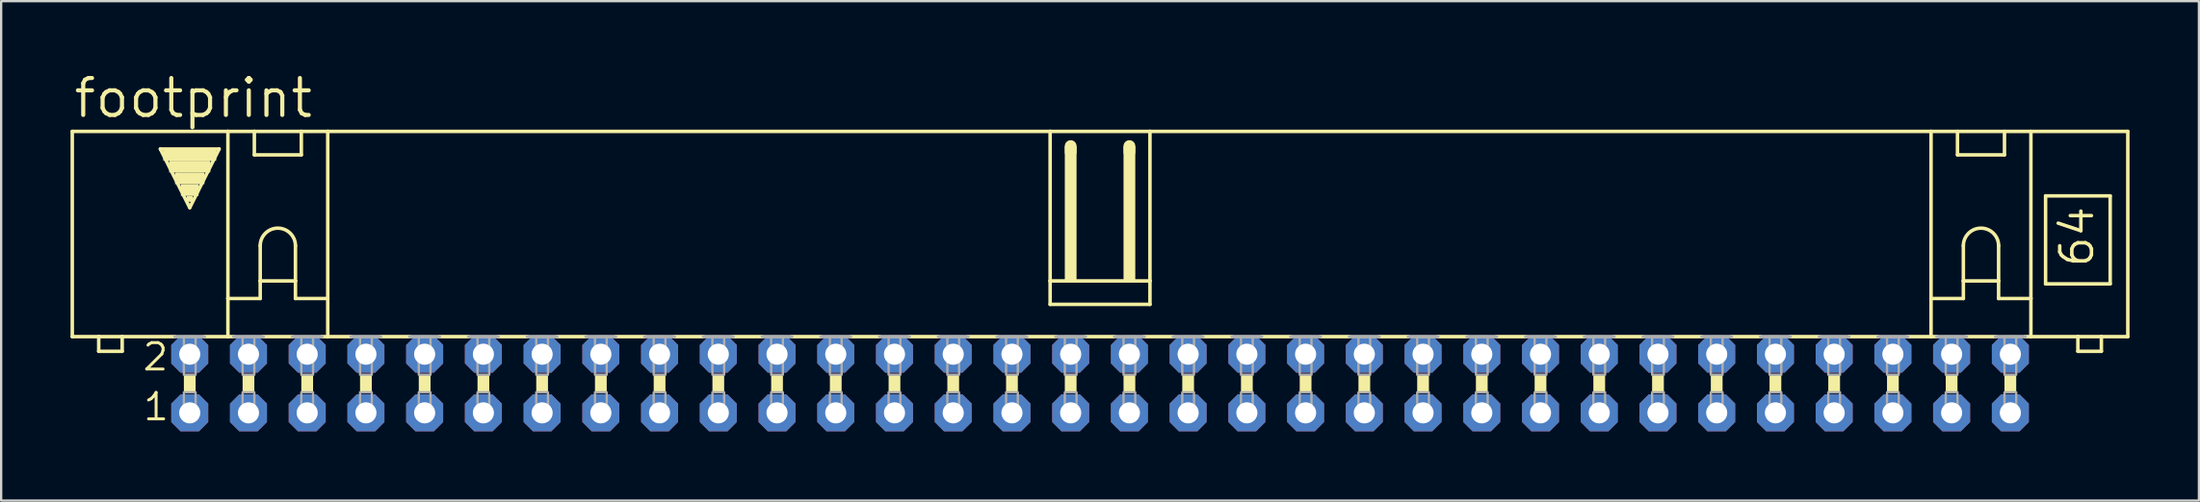
<source format=kicad_pcb>
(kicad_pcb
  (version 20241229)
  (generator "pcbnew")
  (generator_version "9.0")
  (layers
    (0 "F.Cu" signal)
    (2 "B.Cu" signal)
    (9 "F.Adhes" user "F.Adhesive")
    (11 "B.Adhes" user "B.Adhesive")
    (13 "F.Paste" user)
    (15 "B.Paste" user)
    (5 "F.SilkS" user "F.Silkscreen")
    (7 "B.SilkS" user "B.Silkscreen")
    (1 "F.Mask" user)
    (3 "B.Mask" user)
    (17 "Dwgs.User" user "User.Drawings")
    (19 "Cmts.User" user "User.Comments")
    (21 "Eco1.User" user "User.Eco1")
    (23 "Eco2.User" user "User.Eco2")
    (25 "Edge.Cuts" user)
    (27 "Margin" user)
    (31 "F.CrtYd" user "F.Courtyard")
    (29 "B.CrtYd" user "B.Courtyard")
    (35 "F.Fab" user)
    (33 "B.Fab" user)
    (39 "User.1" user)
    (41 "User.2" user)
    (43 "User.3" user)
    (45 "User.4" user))
  (footprint "footprint"
    (layer "F.Cu")
    (at 44.526 13.564)
    (property "Reference" "footprint" (at -44.475 -11.43 0) (layer "F.SilkS") (effects (font (size 1.6 1.6) (thickness 0.178)) (justify left bottom)))
    (fp_line (start -44.45 -2.032) (end -44.45 -10.922) (stroke (width 0.152) (type solid)) (layer "F.SilkS"))
    (fp_line (start -44.45 -2.032) (end -43.307 -2.032) (stroke (width 0.152) (type solid)) (layer "F.SilkS"))
    (fp_line (start -43.307 -2.032) (end -43.307 -1.397) (stroke (width 0.152) (type solid)) (layer "F.SilkS"))
    (fp_line (start -43.307 -2.032) (end -42.291 -2.032) (stroke (width 0.152) (type solid)) (layer "F.SilkS"))
    (fp_line (start -42.291 -2.032) (end -40.005 -2.032) (stroke (width 0.152) (type solid)) (layer "F.SilkS"))
    (fp_line (start -42.291 -1.397) (end -43.307 -1.397) (stroke (width 0.152) (type solid)) (layer "F.SilkS"))
    (fp_line (start -42.291 -1.397) (end -42.291 -2.032) (stroke (width 0.152) (type solid)) (layer "F.SilkS"))
    (fp_line (start -40.64 -10.16) (end -38.1 -10.16) (stroke (width 0.152) (type solid)) (layer "F.SilkS"))
    (fp_line (start -39.37 -7.62) (end -40.64 -10.16) (stroke (width 0.152) (type solid)) (layer "F.SilkS"))
    (fp_line (start -38.735 -2.032) (end -37.719 -2.032) (stroke (width 0.152) (type solid)) (layer "F.SilkS"))
    (fp_line (start -38.1 -10.16) (end -39.37 -7.62) (stroke (width 0.152) (type solid)) (layer "F.SilkS"))
    (fp_line (start -37.719 -10.922) (end -44.45 -10.922) (stroke (width 0.152) (type solid)) (layer "F.SilkS"))
    (fp_line (start -37.719 -10.922) (end -36.576 -10.922) (stroke (width 0.152) (type solid)) (layer "F.SilkS"))
    (fp_line (start -37.719 -3.683) (end -37.719 -10.922) (stroke (width 0.152) (type solid)) (layer "F.SilkS"))
    (fp_line (start -37.719 -3.683) (end -37.719 -2.032) (stroke (width 0.152) (type solid)) (layer "F.SilkS"))
    (fp_line (start -37.719 -3.683) (end -36.322 -3.683) (stroke (width 0.152) (type solid)) (layer "F.SilkS"))
    (fp_line (start -37.719 -2.032) (end -37.465 -2.032) (stroke (width 0.152) (type solid)) (layer "F.SilkS"))
    (fp_line (start -36.576 -10.922) (end -34.544 -10.922) (stroke (width 0.152) (type solid)) (layer "F.SilkS"))
    (fp_line (start -36.576 -9.906) (end -36.576 -10.922) (stroke (width 0.152) (type solid)) (layer "F.SilkS"))
    (fp_line (start -36.576 -9.906) (end -34.544 -9.906) (stroke (width 0.152) (type solid)) (layer "F.SilkS"))
    (fp_line (start -36.322 -5.969) (end -36.322 -4.445) (stroke (width 0.152) (type solid)) (layer "F.SilkS"))
    (fp_line (start -36.322 -4.445) (end -36.322 -3.683) (stroke (width 0.152) (type solid)) (layer "F.SilkS"))
    (fp_line (start -36.322 -4.445) (end -34.798 -4.445) (stroke (width 0.152) (type solid)) (layer "F.SilkS"))
    (fp_line (start -36.195 -2.032) (end -34.925 -2.032) (stroke (width 0.152) (type solid)) (layer "F.SilkS"))
    (fp_line (start -34.798 -5.969) (end -34.798 -4.445) (stroke (width 0.152) (type solid)) (layer "F.SilkS"))
    (fp_line (start -34.798 -4.445) (end -34.798 -3.683) (stroke (width 0.152) (type solid)) (layer "F.SilkS"))
    (fp_line (start -34.798 -3.683) (end -33.401 -3.683) (stroke (width 0.152) (type solid)) (layer "F.SilkS"))
    (fp_line (start -34.544 -10.922) (end -34.544 -9.906) (stroke (width 0.152) (type solid)) (layer "F.SilkS"))
    (fp_line (start -34.544 -10.922) (end -33.401 -10.922) (stroke (width 0.152) (type solid)) (layer "F.SilkS"))
    (fp_line (start -33.401 -10.922) (end -2.159 -10.922) (stroke (width 0.152) (type solid)) (layer "F.SilkS"))
    (fp_line (start -33.401 -3.683) (end -33.401 -10.922) (stroke (width 0.152) (type solid)) (layer "F.SilkS"))
    (fp_line (start -33.401 -3.683) (end -33.401 -2.032) (stroke (width 0.152) (type solid)) (layer "F.SilkS"))
    (fp_line (start -33.401 -2.032) (end -33.655 -2.032) (stroke (width 0.152) (type solid)) (layer "F.SilkS"))
    (fp_line (start -33.401 -2.032) (end -32.385 -2.032) (stroke (width 0.152) (type solid)) (layer "F.SilkS"))
    (fp_line (start -31.115 -2.032) (end -29.845 -2.032) (stroke (width 0.152) (type solid)) (layer "F.SilkS"))
    (fp_line (start -28.575 -2.032) (end -27.305 -2.032) (stroke (width 0.152) (type solid)) (layer "F.SilkS"))
    (fp_line (start -26.035 -2.032) (end -24.765 -2.032) (stroke (width 0.152) (type solid)) (layer "F.SilkS"))
    (fp_line (start -23.495 -2.032) (end -22.225 -2.032) (stroke (width 0.152) (type solid)) (layer "F.SilkS"))
    (fp_line (start -20.955 -2.032) (end -19.685 -2.032) (stroke (width 0.152) (type solid)) (layer "F.SilkS"))
    (fp_line (start -18.415 -2.032) (end -17.145 -2.032) (stroke (width 0.152) (type solid)) (layer "F.SilkS"))
    (fp_line (start -15.875 -2.032) (end -14.605 -2.032) (stroke (width 0.152) (type solid)) (layer "F.SilkS"))
    (fp_line (start -13.335 -2.032) (end -12.065 -2.032) (stroke (width 0.152) (type solid)) (layer "F.SilkS"))
    (fp_line (start -10.795 -2.032) (end -9.525 -2.032) (stroke (width 0.152) (type solid)) (layer "F.SilkS"))
    (fp_line (start -8.255 -2.032) (end -6.985 -2.032) (stroke (width 0.152) (type solid)) (layer "F.SilkS"))
    (fp_line (start -5.715 -2.032) (end -4.445 -2.032) (stroke (width 0.152) (type solid)) (layer "F.SilkS"))
    (fp_line (start -3.175 -2.032) (end -1.905 -2.032) (stroke (width 0.152) (type solid)) (layer "F.SilkS"))
    (fp_line (start -2.159 -10.922) (end -2.159 -4.445) (stroke (width 0.152) (type solid)) (layer "F.SilkS"))
    (fp_line (start -2.159 -10.922) (end 2.159 -10.922) (stroke (width 0.152) (type solid)) (layer "F.SilkS"))
    (fp_line (start -2.159 -4.445) (end -2.159 -3.429) (stroke (width 0.152) (type solid)) (layer "F.SilkS"))
    (fp_line (start -1.27 -10.033) (end -1.27 -10.287) (stroke (width 0.508) (type solid)) (layer "F.SilkS"))
    (fp_line (start -0.635 -2.032) (end 0.635 -2.032) (stroke (width 0.152) (type solid)) (layer "F.SilkS"))
    (fp_line (start 1.27 -10.033) (end 1.27 -10.287) (stroke (width 0.508) (type solid)) (layer "F.SilkS"))
    (fp_line (start 1.905 -2.032) (end 3.175 -2.032) (stroke (width 0.152) (type solid)) (layer "F.SilkS"))
    (fp_line (start 2.159 -10.922) (end 2.159 -4.445) (stroke (width 0.152) (type solid)) (layer "F.SilkS"))
    (fp_line (start 2.159 -10.922) (end 35.941 -10.922) (stroke (width 0.152) (type solid)) (layer "F.SilkS"))
    (fp_line (start 2.159 -4.445) (end -2.159 -4.445) (stroke (width 0.152) (type solid)) (layer "F.SilkS"))
    (fp_line (start 2.159 -4.445) (end 2.159 -3.429) (stroke (width 0.152) (type solid)) (layer "F.SilkS"))
    (fp_line (start 2.159 -3.429) (end -2.159 -3.429) (stroke (width 0.152) (type solid)) (layer "F.SilkS"))
    (fp_line (start 4.445 -2.032) (end 5.715 -2.032) (stroke (width 0.152) (type solid)) (layer "F.SilkS"))
    (fp_line (start 6.985 -2.032) (end 8.255 -2.032) (stroke (width 0.152) (type solid)) (layer "F.SilkS"))
    (fp_line (start 9.525 -2.032) (end 10.795 -2.032) (stroke (width 0.152) (type solid)) (layer "F.SilkS"))
    (fp_line (start 12.065 -2.032) (end 13.335 -2.032) (stroke (width 0.152) (type solid)) (layer "F.SilkS"))
    (fp_line (start 14.605 -2.032) (end 15.875 -2.032) (stroke (width 0.152) (type solid)) (layer "F.SilkS"))
    (fp_line (start 17.145 -2.032) (end 18.415 -2.032) (stroke (width 0.152) (type solid)) (layer "F.SilkS"))
    (fp_line (start 19.685 -2.032) (end 20.955 -2.032) (stroke (width 0.152) (type solid)) (layer "F.SilkS"))
    (fp_line (start 22.225 -2.032) (end 23.495 -2.032) (stroke (width 0.152) (type solid)) (layer "F.SilkS"))
    (fp_line (start 24.765 -2.032) (end 26.035 -2.032) (stroke (width 0.152) (type solid)) (layer "F.SilkS"))
    (fp_line (start 27.305 -2.032) (end 28.575 -2.032) (stroke (width 0.152) (type solid)) (layer "F.SilkS"))
    (fp_line (start 29.845 -2.032) (end 31.115 -2.032) (stroke (width 0.152) (type solid)) (layer "F.SilkS"))
    (fp_line (start 32.385 -2.032) (end 33.655 -2.032) (stroke (width 0.152) (type solid)) (layer "F.SilkS"))
    (fp_line (start 34.925 -2.032) (end 35.941 -2.032) (stroke (width 0.152) (type solid)) (layer "F.SilkS"))
    (fp_line (start 35.941 -10.922) (end 44.45 -10.922) (stroke (width 0.152) (type solid)) (layer "F.SilkS"))
    (fp_line (start 35.941 -3.683) (end 35.941 -10.922) (stroke (width 0.152) (type solid)) (layer "F.SilkS"))
    (fp_line (start 35.941 -3.683) (end 35.941 -2.032) (stroke (width 0.152) (type solid)) (layer "F.SilkS"))
    (fp_line (start 35.941 -3.683) (end 37.338 -3.683) (stroke (width 0.152) (type solid)) (layer "F.SilkS"))
    (fp_line (start 35.941 -2.032) (end 36.195 -2.032) (stroke (width 0.152) (type solid)) (layer "F.SilkS"))
    (fp_line (start 37.084 -9.906) (end 37.084 -10.922) (stroke (width 0.152) (type solid)) (layer "F.SilkS"))
    (fp_line (start 37.084 -9.906) (end 39.116 -9.906) (stroke (width 0.152) (type solid)) (layer "F.SilkS"))
    (fp_line (start 37.338 -5.969) (end 37.338 -4.445) (stroke (width 0.152) (type solid)) (layer "F.SilkS"))
    (fp_line (start 37.338 -4.445) (end 37.338 -3.683) (stroke (width 0.152) (type solid)) (layer "F.SilkS"))
    (fp_line (start 37.338 -4.445) (end 38.862 -4.445) (stroke (width 0.152) (type solid)) (layer "F.SilkS"))
    (fp_line (start 37.465 -2.032) (end 38.735 -2.032) (stroke (width 0.152) (type solid)) (layer "F.SilkS"))
    (fp_line (start 38.862 -5.969) (end 38.862 -4.445) (stroke (width 0.152) (type solid)) (layer "F.SilkS"))
    (fp_line (start 38.862 -4.445) (end 38.862 -3.683) (stroke (width 0.152) (type solid)) (layer "F.SilkS"))
    (fp_line (start 38.862 -3.683) (end 40.259 -3.683) (stroke (width 0.152) (type solid)) (layer "F.SilkS"))
    (fp_line (start 39.116 -10.922) (end 39.116 -9.906) (stroke (width 0.152) (type solid)) (layer "F.SilkS"))
    (fp_line (start 40.259 -3.683) (end 40.259 -10.922) (stroke (width 0.152) (type solid)) (layer "F.SilkS"))
    (fp_line (start 40.259 -3.683) (end 40.259 -2.032) (stroke (width 0.152) (type solid)) (layer "F.SilkS"))
    (fp_line (start 40.259 -2.032) (end 40.005 -2.032) (stroke (width 0.152) (type solid)) (layer "F.SilkS"))
    (fp_line (start 40.894 -8.128) (end 40.894 -4.318) (stroke (width 0.152) (type solid)) (layer "F.SilkS"))
    (fp_line (start 40.894 -8.128) (end 43.688 -8.128) (stroke (width 0.152) (type solid)) (layer "F.SilkS"))
    (fp_line (start 40.894 -4.318) (end 43.688 -4.318) (stroke (width 0.152) (type solid)) (layer "F.SilkS"))
    (fp_line (start 42.291 -2.032) (end 40.259 -2.032) (stroke (width 0.152) (type solid)) (layer "F.SilkS"))
    (fp_line (start 42.291 -2.032) (end 42.291 -1.397) (stroke (width 0.152) (type solid)) (layer "F.SilkS"))
    (fp_line (start 43.307 -2.032) (end 42.291 -2.032) (stroke (width 0.152) (type solid)) (layer "F.SilkS"))
    (fp_line (start 43.307 -1.397) (end 42.291 -1.397) (stroke (width 0.152) (type solid)) (layer "F.SilkS"))
    (fp_line (start 43.307 -1.397) (end 43.307 -2.032) (stroke (width 0.152) (type solid)) (layer "F.SilkS"))
    (fp_line (start 43.688 -4.318) (end 43.688 -8.128) (stroke (width 0.152) (type solid)) (layer "F.SilkS"))
    (fp_line (start 44.45 -2.032) (end 43.307 -2.032) (stroke (width 0.152) (type solid)) (layer "F.SilkS"))
    (fp_line (start 44.45 -2.032) (end 44.45 -10.922) (stroke (width 0.152) (type solid)) (layer "F.SilkS"))
    (fp_arc (start -36.322 -5.969) (mid -35.56 -6.731) (end -34.798 -5.969) (stroke (width 0.1524) (type solid)) (layer "F.SilkS"))
    (fp_arc (start 37.338 -5.969) (mid 38.1 -6.731) (end 38.862 -5.969) (stroke (width 0.1524) (type solid)) (layer "F.SilkS"))
    (fp_poly (pts (xy -40.513 -9.652) (xy -38.227 -9.652) (xy -38.227 -10.16) (xy -40.513 -10.16)) (stroke (width 0) (type solid)) (fill yes) (layer "F.SilkS"))
    (fp_poly (pts (xy -40.259 -9.144) (xy -38.481 -9.144) (xy -38.481 -9.652) (xy -40.259 -9.652)) (stroke (width 0) (type solid)) (fill yes) (layer "F.SilkS"))
    (fp_poly (pts (xy -40.005 -8.636) (xy -38.735 -8.636) (xy -38.735 -9.144) (xy -40.005 -9.144)) (stroke (width 0) (type solid)) (fill yes) (layer "F.SilkS"))
    (fp_poly (pts (xy -39.751 -8.128) (xy -38.989 -8.128) (xy -38.989 -8.636) (xy -39.751 -8.636)) (stroke (width 0) (type solid)) (fill yes) (layer "F.SilkS"))
    (fp_poly (pts (xy -39.624 0.381) (xy -39.116 0.381) (xy -39.116 -0.381) (xy -39.624 -0.381)) (stroke (width 0) (type solid)) (fill yes) (layer "F.SilkS"))
    (fp_poly (pts (xy -39.497 -7.874) (xy -39.243 -7.874) (xy -39.243 -8.128) (xy -39.497 -8.128)) (stroke (width 0) (type solid)) (fill yes) (layer "F.SilkS"))
    (fp_poly (pts (xy -37.084 0.381) (xy -36.576 0.381) (xy -36.576 -0.381) (xy -37.084 -0.381)) (stroke (width 0) (type solid)) (fill yes) (layer "F.SilkS"))
    (fp_poly (pts (xy -34.544 0.381) (xy -34.036 0.381) (xy -34.036 -0.381) (xy -34.544 -0.381)) (stroke (width 0) (type solid)) (fill yes) (layer "F.SilkS"))
    (fp_poly (pts (xy -32.004 0.381) (xy -31.496 0.381) (xy -31.496 -0.381) (xy -32.004 -0.381)) (stroke (width 0) (type solid)) (fill yes) (layer "F.SilkS"))
    (fp_poly (pts (xy -29.464 0.381) (xy -28.956 0.381) (xy -28.956 -0.381) (xy -29.464 -0.381)) (stroke (width 0) (type solid)) (fill yes) (layer "F.SilkS"))
    (fp_poly (pts (xy -26.924 0.381) (xy -26.416 0.381) (xy -26.416 -0.381) (xy -26.924 -0.381)) (stroke (width 0) (type solid)) (fill yes) (layer "F.SilkS"))
    (fp_poly (pts (xy -24.384 0.381) (xy -23.876 0.381) (xy -23.876 -0.381) (xy -24.384 -0.381)) (stroke (width 0) (type solid)) (fill yes) (layer "F.SilkS"))
    (fp_poly (pts (xy -21.844 0.381) (xy -21.336 0.381) (xy -21.336 -0.381) (xy -21.844 -0.381)) (stroke (width 0) (type solid)) (fill yes) (layer "F.SilkS"))
    (fp_poly (pts (xy -19.304 0.381) (xy -18.796 0.381) (xy -18.796 -0.381) (xy -19.304 -0.381)) (stroke (width 0) (type solid)) (fill yes) (layer "F.SilkS"))
    (fp_poly (pts (xy -16.764 0.381) (xy -16.256 0.381) (xy -16.256 -0.381) (xy -16.764 -0.381)) (stroke (width 0) (type solid)) (fill yes) (layer "F.SilkS"))
    (fp_poly (pts (xy -14.224 0.381) (xy -13.716 0.381) (xy -13.716 -0.381) (xy -14.224 -0.381)) (stroke (width 0) (type solid)) (fill yes) (layer "F.SilkS"))
    (fp_poly (pts (xy -11.684 0.381) (xy -11.176 0.381) (xy -11.176 -0.381) (xy -11.684 -0.381)) (stroke (width 0) (type solid)) (fill yes) (layer "F.SilkS"))
    (fp_poly (pts (xy -9.144 0.381) (xy -8.636 0.381) (xy -8.636 -0.381) (xy -9.144 -0.381)) (stroke (width 0) (type solid)) (fill yes) (layer "F.SilkS"))
    (fp_poly (pts (xy -6.604 0.381) (xy -6.096 0.381) (xy -6.096 -0.381) (xy -6.604 -0.381)) (stroke (width 0) (type solid)) (fill yes) (layer "F.SilkS"))
    (fp_poly (pts (xy -4.064 0.381) (xy -3.556 0.381) (xy -3.556 -0.381) (xy -4.064 -0.381)) (stroke (width 0) (type solid)) (fill yes) (layer "F.SilkS"))
    (fp_poly (pts (xy -1.524 -4.445) (xy -1.016 -4.445) (xy -1.016 -10.287) (xy -1.524 -10.287)) (stroke (width 0) (type solid)) (fill yes) (layer "F.SilkS"))
    (fp_poly (pts (xy -1.524 0.381) (xy -1.016 0.381) (xy -1.016 -0.381) (xy -1.524 -0.381)) (stroke (width 0) (type solid)) (fill yes) (layer "F.SilkS"))
    (fp_poly (pts (xy 1.016 -4.445) (xy 1.524 -4.445) (xy 1.524 -10.287) (xy 1.016 -10.287)) (stroke (width 0) (type solid)) (fill yes) (layer "F.SilkS"))
    (fp_poly (pts (xy 1.016 0.381) (xy 1.524 0.381) (xy 1.524 -0.381) (xy 1.016 -0.381)) (stroke (width 0) (type solid)) (fill yes) (layer "F.SilkS"))
    (fp_poly (pts (xy 3.556 0.381) (xy 4.064 0.381) (xy 4.064 -0.381) (xy 3.556 -0.381)) (stroke (width 0) (type solid)) (fill yes) (layer "F.SilkS"))
    (fp_poly (pts (xy 6.096 0.381) (xy 6.604 0.381) (xy 6.604 -0.381) (xy 6.096 -0.381)) (stroke (width 0) (type solid)) (fill yes) (layer "F.SilkS"))
    (fp_poly (pts (xy 8.636 0.381) (xy 9.144 0.381) (xy 9.144 -0.381) (xy 8.636 -0.381)) (stroke (width 0) (type solid)) (fill yes) (layer "F.SilkS"))
    (fp_poly (pts (xy 11.176 0.381) (xy 11.684 0.381) (xy 11.684 -0.381) (xy 11.176 -0.381)) (stroke (width 0) (type solid)) (fill yes) (layer "F.SilkS"))
    (fp_poly (pts (xy 13.716 0.381) (xy 14.224 0.381) (xy 14.224 -0.381) (xy 13.716 -0.381)) (stroke (width 0) (type solid)) (fill yes) (layer "F.SilkS"))
    (fp_poly (pts (xy 16.256 0.381) (xy 16.764 0.381) (xy 16.764 -0.381) (xy 16.256 -0.381)) (stroke (width 0) (type solid)) (fill yes) (layer "F.SilkS"))
    (fp_poly (pts (xy 18.796 0.381) (xy 19.304 0.381) (xy 19.304 -0.381) (xy 18.796 -0.381)) (stroke (width 0) (type solid)) (fill yes) (layer "F.SilkS"))
    (fp_poly (pts (xy 21.336 0.381) (xy 21.844 0.381) (xy 21.844 -0.381) (xy 21.336 -0.381)) (stroke (width 0) (type solid)) (fill yes) (layer "F.SilkS"))
    (fp_poly (pts (xy 23.876 0.381) (xy 24.384 0.381) (xy 24.384 -0.381) (xy 23.876 -0.381)) (stroke (width 0) (type solid)) (fill yes) (layer "F.SilkS"))
    (fp_poly (pts (xy 26.416 0.381) (xy 26.924 0.381) (xy 26.924 -0.381) (xy 26.416 -0.381)) (stroke (width 0) (type solid)) (fill yes) (layer "F.SilkS"))
    (fp_poly (pts (xy 28.956 0.381) (xy 29.464 0.381) (xy 29.464 -0.381) (xy 28.956 -0.381)) (stroke (width 0) (type solid)) (fill yes) (layer "F.SilkS"))
    (fp_poly (pts (xy 31.496 0.381) (xy 32.004 0.381) (xy 32.004 -0.381) (xy 31.496 -0.381)) (stroke (width 0) (type solid)) (fill yes) (layer "F.SilkS"))
    (fp_poly (pts (xy 34.036 0.381) (xy 34.544 0.381) (xy 34.544 -0.381) (xy 34.036 -0.381)) (stroke (width 0) (type solid)) (fill yes) (layer "F.SilkS"))
    (fp_poly (pts (xy 36.576 0.381) (xy 37.084 0.381) (xy 37.084 -0.381) (xy 36.576 -0.381)) (stroke (width 0) (type solid)) (fill yes) (layer "F.SilkS"))
    (fp_poly (pts (xy 39.116 0.381) (xy 39.624 0.381) (xy 39.624 -0.381) (xy 39.116 -0.381)) (stroke (width 0) (type solid)) (fill yes) (layer "F.SilkS"))
    (fp_line (start -40.005 -2.032) (end -38.735 -2.032) (stroke (width 0.152) (type solid)) (layer "F.Fab"))
    (fp_line (start -37.465 -2.032) (end -36.195 -2.032) (stroke (width 0.152) (type solid)) (layer "F.Fab"))
    (fp_line (start -34.925 -2.032) (end -33.655 -2.032) (stroke (width 0.152) (type solid)) (layer "F.Fab"))
    (fp_line (start -32.385 -2.032) (end -31.115 -2.032) (stroke (width 0.152) (type solid)) (layer "F.Fab"))
    (fp_line (start -29.845 -2.032) (end -28.575 -2.032) (stroke (width 0.152) (type solid)) (layer "F.Fab"))
    (fp_line (start -27.305 -2.032) (end -26.035 -2.032) (stroke (width 0.152) (type solid)) (layer "F.Fab"))
    (fp_line (start -24.765 -2.032) (end -23.495 -2.032) (stroke (width 0.152) (type solid)) (layer "F.Fab"))
    (fp_line (start -22.225 -2.032) (end -20.955 -2.032) (stroke (width 0.152) (type solid)) (layer "F.Fab"))
    (fp_line (start -19.685 -2.032) (end -18.415 -2.032) (stroke (width 0.152) (type solid)) (layer "F.Fab"))
    (fp_line (start -17.145 -2.032) (end -15.875 -2.032) (stroke (width 0.152) (type solid)) (layer "F.Fab"))
    (fp_line (start -14.605 -2.032) (end -13.335 -2.032) (stroke (width 0.152) (type solid)) (layer "F.Fab"))
    (fp_line (start -12.065 -2.032) (end -10.795 -2.032) (stroke (width 0.152) (type solid)) (layer "F.Fab"))
    (fp_line (start -9.525 -2.032) (end -8.255 -2.032) (stroke (width 0.152) (type solid)) (layer "F.Fab"))
    (fp_line (start -6.985 -2.032) (end -5.715 -2.032) (stroke (width 0.152) (type solid)) (layer "F.Fab"))
    (fp_line (start -4.445 -2.032) (end -3.175 -2.032) (stroke (width 0.152) (type solid)) (layer "F.Fab"))
    (fp_line (start -1.905 -2.032) (end -0.635 -2.032) (stroke (width 0.152) (type solid)) (layer "F.Fab"))
    (fp_line (start 0.635 -2.032) (end 1.905 -2.032) (stroke (width 0.152) (type solid)) (layer "F.Fab"))
    (fp_line (start 4.445 -2.032) (end 3.175 -2.032) (stroke (width 0.152) (type solid)) (layer "F.Fab"))
    (fp_line (start 6.985 -2.032) (end 5.715 -2.032) (stroke (width 0.152) (type solid)) (layer "F.Fab"))
    (fp_line (start 9.525 -2.032) (end 8.255 -2.032) (stroke (width 0.152) (type solid)) (layer "F.Fab"))
    (fp_line (start 12.065 -2.032) (end 10.795 -2.032) (stroke (width 0.152) (type solid)) (layer "F.Fab"))
    (fp_line (start 14.605 -2.032) (end 13.335 -2.032) (stroke (width 0.152) (type solid)) (layer "F.Fab"))
    (fp_line (start 17.145 -2.032) (end 15.875 -2.032) (stroke (width 0.152) (type solid)) (layer "F.Fab"))
    (fp_line (start 19.685 -2.032) (end 18.415 -2.032) (stroke (width 0.152) (type solid)) (layer "F.Fab"))
    (fp_line (start 22.225 -2.032) (end 20.955 -2.032) (stroke (width 0.152) (type solid)) (layer "F.Fab"))
    (fp_line (start 24.765 -2.032) (end 23.495 -2.032) (stroke (width 0.152) (type solid)) (layer "F.Fab"))
    (fp_line (start 27.305 -2.032) (end 26.035 -2.032) (stroke (width 0.152) (type solid)) (layer "F.Fab"))
    (fp_line (start 29.845 -2.032) (end 28.575 -2.032) (stroke (width 0.152) (type solid)) (layer "F.Fab"))
    (fp_line (start 32.385 -2.032) (end 31.115 -2.032) (stroke (width 0.152) (type solid)) (layer "F.Fab"))
    (fp_line (start 34.925 -2.032) (end 33.655 -2.032) (stroke (width 0.152) (type solid)) (layer "F.Fab"))
    (fp_line (start 37.465 -2.032) (end 36.195 -2.032) (stroke (width 0.152) (type solid)) (layer "F.Fab"))
    (fp_line (start 40.005 -2.032) (end 38.735 -2.032) (stroke (width 0.152) (type solid)) (layer "F.Fab"))
    (fp_poly (pts (xy -39.624 -0.381) (xy -39.116 -0.381) (xy -39.116 -2.032) (xy -39.624 -2.032)) (stroke (width 0.1) (type solid)) (fill no) (layer "F.Fab"))
    (fp_poly (pts (xy -39.624 1.524) (xy -39.116 1.524) (xy -39.116 0.381) (xy -39.624 0.381)) (stroke (width 0.1) (type solid)) (fill no) (layer "F.Fab"))
    (fp_poly (pts (xy -37.084 -0.381) (xy -36.576 -0.381) (xy -36.576 -2.032) (xy -37.084 -2.032)) (stroke (width 0.1) (type solid)) (fill no) (layer "F.Fab"))
    (fp_poly (pts (xy -37.084 1.524) (xy -36.576 1.524) (xy -36.576 0.381) (xy -37.084 0.381)) (stroke (width 0.1) (type solid)) (fill no) (layer "F.Fab"))
    (fp_poly (pts (xy -34.544 -0.381) (xy -34.036 -0.381) (xy -34.036 -2.032) (xy -34.544 -2.032)) (stroke (width 0.1) (type solid)) (fill no) (layer "F.Fab"))
    (fp_poly (pts (xy -34.544 1.524) (xy -34.036 1.524) (xy -34.036 0.381) (xy -34.544 0.381)) (stroke (width 0.1) (type solid)) (fill no) (layer "F.Fab"))
    (fp_poly (pts (xy -32.004 -0.381) (xy -31.496 -0.381) (xy -31.496 -2.032) (xy -32.004 -2.032)) (stroke (width 0.1) (type solid)) (fill no) (layer "F.Fab"))
    (fp_poly (pts (xy -32.004 1.524) (xy -31.496 1.524) (xy -31.496 0.381) (xy -32.004 0.381)) (stroke (width 0.1) (type solid)) (fill no) (layer "F.Fab"))
    (fp_poly (pts (xy -29.464 -0.381) (xy -28.956 -0.381) (xy -28.956 -2.032) (xy -29.464 -2.032)) (stroke (width 0.1) (type solid)) (fill no) (layer "F.Fab"))
    (fp_poly (pts (xy -29.464 1.524) (xy -28.956 1.524) (xy -28.956 0.381) (xy -29.464 0.381)) (stroke (width 0.1) (type solid)) (fill no) (layer "F.Fab"))
    (fp_poly (pts (xy -26.924 -0.381) (xy -26.416 -0.381) (xy -26.416 -2.032) (xy -26.924 -2.032)) (stroke (width 0.1) (type solid)) (fill no) (layer "F.Fab"))
    (fp_poly (pts (xy -26.924 1.524) (xy -26.416 1.524) (xy -26.416 0.381) (xy -26.924 0.381)) (stroke (width 0.1) (type solid)) (fill no) (layer "F.Fab"))
    (fp_poly (pts (xy -24.384 -0.381) (xy -23.876 -0.381) (xy -23.876 -2.032) (xy -24.384 -2.032)) (stroke (width 0.1) (type solid)) (fill no) (layer "F.Fab"))
    (fp_poly (pts (xy -24.384 1.524) (xy -23.876 1.524) (xy -23.876 0.381) (xy -24.384 0.381)) (stroke (width 0.1) (type solid)) (fill no) (layer "F.Fab"))
    (fp_poly (pts (xy -21.844 -0.381) (xy -21.336 -0.381) (xy -21.336 -2.032) (xy -21.844 -2.032)) (stroke (width 0.1) (type solid)) (fill no) (layer "F.Fab"))
    (fp_poly (pts (xy -21.844 1.524) (xy -21.336 1.524) (xy -21.336 0.381) (xy -21.844 0.381)) (stroke (width 0.1) (type solid)) (fill no) (layer "F.Fab"))
    (fp_poly (pts (xy -19.304 -0.381) (xy -18.796 -0.381) (xy -18.796 -2.032) (xy -19.304 -2.032)) (stroke (width 0.1) (type solid)) (fill no) (layer "F.Fab"))
    (fp_poly (pts (xy -19.304 1.524) (xy -18.796 1.524) (xy -18.796 0.381) (xy -19.304 0.381)) (stroke (width 0.1) (type solid)) (fill no) (layer "F.Fab"))
    (fp_poly (pts (xy -16.764 -0.381) (xy -16.256 -0.381) (xy -16.256 -2.032) (xy -16.764 -2.032)) (stroke (width 0.1) (type solid)) (fill no) (layer "F.Fab"))
    (fp_poly (pts (xy -16.764 1.524) (xy -16.256 1.524) (xy -16.256 0.381) (xy -16.764 0.381)) (stroke (width 0.1) (type solid)) (fill no) (layer "F.Fab"))
    (fp_poly (pts (xy -14.224 -0.381) (xy -13.716 -0.381) (xy -13.716 -2.032) (xy -14.224 -2.032)) (stroke (width 0.1) (type solid)) (fill no) (layer "F.Fab"))
    (fp_poly (pts (xy -14.224 1.524) (xy -13.716 1.524) (xy -13.716 0.381) (xy -14.224 0.381)) (stroke (width 0.1) (type solid)) (fill no) (layer "F.Fab"))
    (fp_poly (pts (xy -11.684 -0.381) (xy -11.176 -0.381) (xy -11.176 -2.032) (xy -11.684 -2.032)) (stroke (width 0.1) (type solid)) (fill no) (layer "F.Fab"))
    (fp_poly (pts (xy -11.684 1.524) (xy -11.176 1.524) (xy -11.176 0.381) (xy -11.684 0.381)) (stroke (width 0.1) (type solid)) (fill no) (layer "F.Fab"))
    (fp_poly (pts (xy -9.144 -0.381) (xy -8.636 -0.381) (xy -8.636 -2.032) (xy -9.144 -2.032)) (stroke (width 0.1) (type solid)) (fill no) (layer "F.Fab"))
    (fp_poly (pts (xy -9.144 1.524) (xy -8.636 1.524) (xy -8.636 0.381) (xy -9.144 0.381)) (stroke (width 0.1) (type solid)) (fill no) (layer "F.Fab"))
    (fp_poly (pts (xy -6.604 -0.381) (xy -6.096 -0.381) (xy -6.096 -2.032) (xy -6.604 -2.032)) (stroke (width 0.1) (type solid)) (fill no) (layer "F.Fab"))
    (fp_poly (pts (xy -6.604 1.524) (xy -6.096 1.524) (xy -6.096 0.381) (xy -6.604 0.381)) (stroke (width 0.1) (type solid)) (fill no) (layer "F.Fab"))
    (fp_poly (pts (xy -4.064 -0.381) (xy -3.556 -0.381) (xy -3.556 -2.032) (xy -4.064 -2.032)) (stroke (width 0.1) (type solid)) (fill no) (layer "F.Fab"))
    (fp_poly (pts (xy -4.064 1.524) (xy -3.556 1.524) (xy -3.556 0.381) (xy -4.064 0.381)) (stroke (width 0.1) (type solid)) (fill no) (layer "F.Fab"))
    (fp_poly (pts (xy -1.524 -0.381) (xy -1.016 -0.381) (xy -1.016 -2.032) (xy -1.524 -2.032)) (stroke (width 0.1) (type solid)) (fill no) (layer "F.Fab"))
    (fp_poly (pts (xy -1.524 1.524) (xy -1.016 1.524) (xy -1.016 0.381) (xy -1.524 0.381)) (stroke (width 0.1) (type solid)) (fill no) (layer "F.Fab"))
    (fp_poly (pts (xy 1.016 -0.381) (xy 1.524 -0.381) (xy 1.524 -2.032) (xy 1.016 -2.032)) (stroke (width 0.1) (type solid)) (fill no) (layer "F.Fab"))
    (fp_poly (pts (xy 1.016 1.524) (xy 1.524 1.524) (xy 1.524 0.381) (xy 1.016 0.381)) (stroke (width 0.1) (type solid)) (fill no) (layer "F.Fab"))
    (fp_poly (pts (xy 3.556 -0.381) (xy 4.064 -0.381) (xy 4.064 -2.032) (xy 3.556 -2.032)) (stroke (width 0.1) (type solid)) (fill no) (layer "F.Fab"))
    (fp_poly (pts (xy 3.556 1.524) (xy 4.064 1.524) (xy 4.064 0.381) (xy 3.556 0.381)) (stroke (width 0.1) (type solid)) (fill no) (layer "F.Fab"))
    (fp_poly (pts (xy 6.096 -0.381) (xy 6.604 -0.381) (xy 6.604 -2.032) (xy 6.096 -2.032)) (stroke (width 0.1) (type solid)) (fill no) (layer "F.Fab"))
    (fp_poly (pts (xy 6.096 1.524) (xy 6.604 1.524) (xy 6.604 0.381) (xy 6.096 0.381)) (stroke (width 0.1) (type solid)) (fill no) (layer "F.Fab"))
    (fp_poly (pts (xy 8.636 -0.381) (xy 9.144 -0.381) (xy 9.144 -2.032) (xy 8.636 -2.032)) (stroke (width 0.1) (type solid)) (fill no) (layer "F.Fab"))
    (fp_poly (pts (xy 8.636 1.524) (xy 9.144 1.524) (xy 9.144 0.381) (xy 8.636 0.381)) (stroke (width 0.1) (type solid)) (fill no) (layer "F.Fab"))
    (fp_poly (pts (xy 11.176 -0.381) (xy 11.684 -0.381) (xy 11.684 -2.032) (xy 11.176 -2.032)) (stroke (width 0.1) (type solid)) (fill no) (layer "F.Fab"))
    (fp_poly (pts (xy 11.176 1.524) (xy 11.684 1.524) (xy 11.684 0.381) (xy 11.176 0.381)) (stroke (width 0.1) (type solid)) (fill no) (layer "F.Fab"))
    (fp_poly (pts (xy 13.716 -0.381) (xy 14.224 -0.381) (xy 14.224 -2.032) (xy 13.716 -2.032)) (stroke (width 0.1) (type solid)) (fill no) (layer "F.Fab"))
    (fp_poly (pts (xy 13.716 1.524) (xy 14.224 1.524) (xy 14.224 0.381) (xy 13.716 0.381)) (stroke (width 0.1) (type solid)) (fill no) (layer "F.Fab"))
    (fp_poly (pts (xy 16.256 -0.381) (xy 16.764 -0.381) (xy 16.764 -2.032) (xy 16.256 -2.032)) (stroke (width 0.1) (type solid)) (fill no) (layer "F.Fab"))
    (fp_poly (pts (xy 16.256 1.524) (xy 16.764 1.524) (xy 16.764 0.381) (xy 16.256 0.381)) (stroke (width 0.1) (type solid)) (fill no) (layer "F.Fab"))
    (fp_poly (pts (xy 18.796 -0.381) (xy 19.304 -0.381) (xy 19.304 -2.032) (xy 18.796 -2.032)) (stroke (width 0.1) (type solid)) (fill no) (layer "F.Fab"))
    (fp_poly (pts (xy 18.796 1.524) (xy 19.304 1.524) (xy 19.304 0.381) (xy 18.796 0.381)) (stroke (width 0.1) (type solid)) (fill no) (layer "F.Fab"))
    (fp_poly (pts (xy 21.336 -0.381) (xy 21.844 -0.381) (xy 21.844 -2.032) (xy 21.336 -2.032)) (stroke (width 0.1) (type solid)) (fill no) (layer "F.Fab"))
    (fp_poly (pts (xy 21.336 1.524) (xy 21.844 1.524) (xy 21.844 0.381) (xy 21.336 0.381)) (stroke (width 0.1) (type solid)) (fill no) (layer "F.Fab"))
    (fp_poly (pts (xy 23.876 -0.381) (xy 24.384 -0.381) (xy 24.384 -2.032) (xy 23.876 -2.032)) (stroke (width 0.1) (type solid)) (fill no) (layer "F.Fab"))
    (fp_poly (pts (xy 23.876 1.524) (xy 24.384 1.524) (xy 24.384 0.381) (xy 23.876 0.381)) (stroke (width 0.1) (type solid)) (fill no) (layer "F.Fab"))
    (fp_poly (pts (xy 26.416 -0.381) (xy 26.924 -0.381) (xy 26.924 -2.032) (xy 26.416 -2.032)) (stroke (width 0.1) (type solid)) (fill no) (layer "F.Fab"))
    (fp_poly (pts (xy 26.416 1.524) (xy 26.924 1.524) (xy 26.924 0.381) (xy 26.416 0.381)) (stroke (width 0.1) (type solid)) (fill no) (layer "F.Fab"))
    (fp_poly (pts (xy 28.956 -0.381) (xy 29.464 -0.381) (xy 29.464 -2.032) (xy 28.956 -2.032)) (stroke (width 0.1) (type solid)) (fill no) (layer "F.Fab"))
    (fp_poly (pts (xy 28.956 1.524) (xy 29.464 1.524) (xy 29.464 0.381) (xy 28.956 0.381)) (stroke (width 0.1) (type solid)) (fill no) (layer "F.Fab"))
    (fp_poly (pts (xy 31.496 -0.381) (xy 32.004 -0.381) (xy 32.004 -2.032) (xy 31.496 -2.032)) (stroke (width 0.1) (type solid)) (fill no) (layer "F.Fab"))
    (fp_poly (pts (xy 31.496 1.524) (xy 32.004 1.524) (xy 32.004 0.381) (xy 31.496 0.381)) (stroke (width 0.1) (type solid)) (fill no) (layer "F.Fab"))
    (fp_poly (pts (xy 34.036 -0.381) (xy 34.544 -0.381) (xy 34.544 -2.032) (xy 34.036 -2.032)) (stroke (width 0.1) (type solid)) (fill no) (layer "F.Fab"))
    (fp_poly (pts (xy 34.036 1.524) (xy 34.544 1.524) (xy 34.544 0.381) (xy 34.036 0.381)) (stroke (width 0.1) (type solid)) (fill no) (layer "F.Fab"))
    (fp_poly (pts (xy 36.576 -0.381) (xy 37.084 -0.381) (xy 37.084 -2.032) (xy 36.576 -2.032)) (stroke (width 0.1) (type solid)) (fill no) (layer "F.Fab"))
    (fp_poly (pts (xy 36.576 1.524) (xy 37.084 1.524) (xy 37.084 0.381) (xy 36.576 0.381)) (stroke (width 0.1) (type solid)) (fill no) (layer "F.Fab"))
    (fp_poly (pts (xy 39.116 -0.381) (xy 39.624 -0.381) (xy 39.624 -2.032) (xy 39.116 -2.032)) (stroke (width 0.1) (type solid)) (fill no) (layer "F.Fab"))
    (fp_poly (pts (xy 39.116 1.524) (xy 39.624 1.524) (xy 39.624 0.381) (xy 39.116 0.381)) (stroke (width 0.1) (type solid)) (fill no) (layer "F.Fab"))
    (fp_text user "1" (at -41.453 1.676 0) (layer "F.SilkS") (effects (font (size 1.143 1.143) (thickness 0.127)) (justify left bottom)))
    (fp_text user "64" (at 43.053 -4.953 90) (layer "F.SilkS") (effects (font (size 1.372 1.372) (thickness 0.152)) (justify left bottom)))
    (fp_text user "2" (at -41.478 -0.483 0) (layer "F.SilkS") (effects (font (size 1.143 1.143) (thickness 0.127)) (justify left bottom)))
    (pad "1" thru_hole roundrect (at -39.37 1.27) (size 1.6 1.6) (drill 0.914) (layers "*.Cu" "*.Mask") (roundrect_rratio 0.25) (chamfer_ratio 0.25) (chamfer top_left top_right bottom_left bottom_right))
    (pad "2" thru_hole roundrect (at -39.37 -1.27) (size 1.6 1.6) (drill 0.914) (layers "*.Cu" "*.Mask") (roundrect_rratio 0.25) (chamfer_ratio 0.25) (chamfer top_left top_right bottom_left bottom_right))
    (pad "3" thru_hole roundrect (at -36.83 1.27) (size 1.6 1.6) (drill 0.914) (layers "*.Cu" "*.Mask") (roundrect_rratio 0.25) (chamfer_ratio 0.25) (chamfer top_left top_right bottom_left bottom_right))
    (pad "4" thru_hole roundrect (at -36.83 -1.27) (size 1.6 1.6) (drill 0.914) (layers "*.Cu" "*.Mask") (roundrect_rratio 0.25) (chamfer_ratio 0.25) (chamfer top_left top_right bottom_left bottom_right))
    (pad "5" thru_hole roundrect (at -34.29 1.27) (size 1.6 1.6) (drill 0.914) (layers "*.Cu" "*.Mask") (roundrect_rratio 0.25) (chamfer_ratio 0.25) (chamfer top_left top_right bottom_left bottom_right))
    (pad "6" thru_hole roundrect (at -34.29 -1.27) (size 1.6 1.6) (drill 0.914) (layers "*.Cu" "*.Mask") (roundrect_rratio 0.25) (chamfer_ratio 0.25) (chamfer top_left top_right bottom_left bottom_right))
    (pad "7" thru_hole roundrect (at -31.75 1.27) (size 1.6 1.6) (drill 0.914) (layers "*.Cu" "*.Mask") (roundrect_rratio 0.25) (chamfer_ratio 0.25) (chamfer top_left top_right bottom_left bottom_right))
    (pad "8" thru_hole roundrect (at -31.75 -1.27) (size 1.6 1.6) (drill 0.914) (layers "*.Cu" "*.Mask") (roundrect_rratio 0.25) (chamfer_ratio 0.25) (chamfer top_left top_right bottom_left bottom_right))
    (pad "9" thru_hole roundrect (at -29.21 1.27) (size 1.6 1.6) (drill 0.914) (layers "*.Cu" "*.Mask") (roundrect_rratio 0.25) (chamfer_ratio 0.25) (chamfer top_left top_right bottom_left bottom_right))
    (pad "10" thru_hole roundrect (at -29.21 -1.27) (size 1.6 1.6) (drill 0.914) (layers "*.Cu" "*.Mask") (roundrect_rratio 0.25) (chamfer_ratio 0.25) (chamfer top_left top_right bottom_left bottom_right))
    (pad "11" thru_hole roundrect (at -26.67 1.27) (size 1.6 1.6) (drill 0.914) (layers "*.Cu" "*.Mask") (roundrect_rratio 0.25) (chamfer_ratio 0.25) (chamfer top_left top_right bottom_left bottom_right))
    (pad "12" thru_hole roundrect (at -26.67 -1.27) (size 1.6 1.6) (drill 0.914) (layers "*.Cu" "*.Mask") (roundrect_rratio 0.25) (chamfer_ratio 0.25) (chamfer top_left top_right bottom_left bottom_right))
    (pad "13" thru_hole roundrect (at -24.13 1.27) (size 1.6 1.6) (drill 0.914) (layers "*.Cu" "*.Mask") (roundrect_rratio 0.25) (chamfer_ratio 0.25) (chamfer top_left top_right bottom_left bottom_right))
    (pad "14" thru_hole roundrect (at -24.13 -1.27) (size 1.6 1.6) (drill 0.914) (layers "*.Cu" "*.Mask") (roundrect_rratio 0.25) (chamfer_ratio 0.25) (chamfer top_left top_right bottom_left bottom_right))
    (pad "15" thru_hole roundrect (at -21.59 1.27) (size 1.6 1.6) (drill 0.914) (layers "*.Cu" "*.Mask") (roundrect_rratio 0.25) (chamfer_ratio 0.25) (chamfer top_left top_right bottom_left bottom_right))
    (pad "16" thru_hole roundrect (at -21.59 -1.27) (size 1.6 1.6) (drill 0.914) (layers "*.Cu" "*.Mask") (roundrect_rratio 0.25) (chamfer_ratio 0.25) (chamfer top_left top_right bottom_left bottom_right))
    (pad "17" thru_hole roundrect (at -19.05 1.27) (size 1.6 1.6) (drill 0.914) (layers "*.Cu" "*.Mask") (roundrect_rratio 0.25) (chamfer_ratio 0.25) (chamfer top_left top_right bottom_left bottom_right))
    (pad "18" thru_hole roundrect (at -19.05 -1.27) (size 1.6 1.6) (drill 0.914) (layers "*.Cu" "*.Mask") (roundrect_rratio 0.25) (chamfer_ratio 0.25) (chamfer top_left top_right bottom_left bottom_right))
    (pad "19" thru_hole roundrect (at -16.51 1.27) (size 1.6 1.6) (drill 0.914) (layers "*.Cu" "*.Mask") (roundrect_rratio 0.25) (chamfer_ratio 0.25) (chamfer top_left top_right bottom_left bottom_right))
    (pad "20" thru_hole roundrect (at -16.51 -1.27) (size 1.6 1.6) (drill 0.914) (layers "*.Cu" "*.Mask") (roundrect_rratio 0.25) (chamfer_ratio 0.25) (chamfer top_left top_right bottom_left bottom_right))
    (pad "21" thru_hole roundrect (at -13.97 1.27) (size 1.6 1.6) (drill 0.914) (layers "*.Cu" "*.Mask") (roundrect_rratio 0.25) (chamfer_ratio 0.25) (chamfer top_left top_right bottom_left bottom_right))
    (pad "22" thru_hole roundrect (at -13.97 -1.27) (size 1.6 1.6) (drill 0.914) (layers "*.Cu" "*.Mask") (roundrect_rratio 0.25) (chamfer_ratio 0.25) (chamfer top_left top_right bottom_left bottom_right))
    (pad "23" thru_hole roundrect (at -11.43 1.27) (size 1.6 1.6) (drill 0.914) (layers "*.Cu" "*.Mask") (roundrect_rratio 0.25) (chamfer_ratio 0.25) (chamfer top_left top_right bottom_left bottom_right))
    (pad "24" thru_hole roundrect (at -11.43 -1.27) (size 1.6 1.6) (drill 0.914) (layers "*.Cu" "*.Mask") (roundrect_rratio 0.25) (chamfer_ratio 0.25) (chamfer top_left top_right bottom_left bottom_right))
    (pad "25" thru_hole roundrect (at -8.89 1.27) (size 1.6 1.6) (drill 0.914) (layers "*.Cu" "*.Mask") (roundrect_rratio 0.25) (chamfer_ratio 0.25) (chamfer top_left top_right bottom_left bottom_right))
    (pad "26" thru_hole roundrect (at -8.89 -1.27) (size 1.6 1.6) (drill 0.914) (layers "*.Cu" "*.Mask") (roundrect_rratio 0.25) (chamfer_ratio 0.25) (chamfer top_left top_right bottom_left bottom_right))
    (pad "27" thru_hole roundrect (at -6.35 1.27) (size 1.6 1.6) (drill 0.914) (layers "*.Cu" "*.Mask") (roundrect_rratio 0.25) (chamfer_ratio 0.25) (chamfer top_left top_right bottom_left bottom_right))
    (pad "28" thru_hole roundrect (at -6.35 -1.27) (size 1.6 1.6) (drill 0.914) (layers "*.Cu" "*.Mask") (roundrect_rratio 0.25) (chamfer_ratio 0.25) (chamfer top_left top_right bottom_left bottom_right))
    (pad "29" thru_hole roundrect (at -3.81 1.27) (size 1.6 1.6) (drill 0.914) (layers "*.Cu" "*.Mask") (roundrect_rratio 0.25) (chamfer_ratio 0.25) (chamfer top_left top_right bottom_left bottom_right))
    (pad "30" thru_hole roundrect (at -3.81 -1.27) (size 1.6 1.6) (drill 0.914) (layers "*.Cu" "*.Mask") (roundrect_rratio 0.25) (chamfer_ratio 0.25) (chamfer top_left top_right bottom_left bottom_right))
    (pad "31" thru_hole roundrect (at -1.27 1.27) (size 1.6 1.6) (drill 0.914) (layers "*.Cu" "*.Mask") (roundrect_rratio 0.25) (chamfer_ratio 0.25) (chamfer top_left top_right bottom_left bottom_right))
    (pad "32" thru_hole roundrect (at -1.27 -1.27) (size 1.6 1.6) (drill 0.914) (layers "*.Cu" "*.Mask") (roundrect_rratio 0.25) (chamfer_ratio 0.25) (chamfer top_left top_right bottom_left bottom_right))
    (pad "33" thru_hole roundrect (at 1.27 1.27) (size 1.6 1.6) (drill 0.914) (layers "*.Cu" "*.Mask") (roundrect_rratio 0.25) (chamfer_ratio 0.25) (chamfer top_left top_right bottom_left bottom_right))
    (pad "34" thru_hole roundrect (at 1.27 -1.27) (size 1.6 1.6) (drill 0.914) (layers "*.Cu" "*.Mask") (roundrect_rratio 0.25) (chamfer_ratio 0.25) (chamfer top_left top_right bottom_left bottom_right))
    (pad "35" thru_hole roundrect (at 3.81 1.27) (size 1.6 1.6) (drill 0.914) (layers "*.Cu" "*.Mask") (roundrect_rratio 0.25) (chamfer_ratio 0.25) (chamfer top_left top_right bottom_left bottom_right))
    (pad "36" thru_hole roundrect (at 3.81 -1.27) (size 1.6 1.6) (drill 0.914) (layers "*.Cu" "*.Mask") (roundrect_rratio 0.25) (chamfer_ratio 0.25) (chamfer top_left top_right bottom_left bottom_right))
    (pad "37" thru_hole roundrect (at 6.35 1.27) (size 1.6 1.6) (drill 0.914) (layers "*.Cu" "*.Mask") (roundrect_rratio 0.25) (chamfer_ratio 0.25) (chamfer top_left top_right bottom_left bottom_right))
    (pad "38" thru_hole roundrect (at 6.35 -1.27) (size 1.6 1.6) (drill 0.914) (layers "*.Cu" "*.Mask") (roundrect_rratio 0.25) (chamfer_ratio 0.25) (chamfer top_left top_right bottom_left bottom_right))
    (pad "39" thru_hole roundrect (at 8.89 1.27) (size 1.6 1.6) (drill 0.914) (layers "*.Cu" "*.Mask") (roundrect_rratio 0.25) (chamfer_ratio 0.25) (chamfer top_left top_right bottom_left bottom_right))
    (pad "40" thru_hole roundrect (at 8.89 -1.27) (size 1.6 1.6) (drill 0.914) (layers "*.Cu" "*.Mask") (roundrect_rratio 0.25) (chamfer_ratio 0.25) (chamfer top_left top_right bottom_left bottom_right))
    (pad "41" thru_hole roundrect (at 11.43 1.27) (size 1.6 1.6) (drill 0.914) (layers "*.Cu" "*.Mask") (roundrect_rratio 0.25) (chamfer_ratio 0.25) (chamfer top_left top_right bottom_left bottom_right))
    (pad "42" thru_hole roundrect (at 11.43 -1.27) (size 1.6 1.6) (drill 0.914) (layers "*.Cu" "*.Mask") (roundrect_rratio 0.25) (chamfer_ratio 0.25) (chamfer top_left top_right bottom_left bottom_right))
    (pad "43" thru_hole roundrect (at 13.97 1.27) (size 1.6 1.6) (drill 0.914) (layers "*.Cu" "*.Mask") (roundrect_rratio 0.25) (chamfer_ratio 0.25) (chamfer top_left top_right bottom_left bottom_right))
    (pad "44" thru_hole roundrect (at 13.97 -1.27) (size 1.6 1.6) (drill 0.914) (layers "*.Cu" "*.Mask") (roundrect_rratio 0.25) (chamfer_ratio 0.25) (chamfer top_left top_right bottom_left bottom_right))
    (pad "45" thru_hole roundrect (at 16.51 1.27) (size 1.6 1.6) (drill 0.914) (layers "*.Cu" "*.Mask") (roundrect_rratio 0.25) (chamfer_ratio 0.25) (chamfer top_left top_right bottom_left bottom_right))
    (pad "46" thru_hole roundrect (at 16.51 -1.27) (size 1.6 1.6) (drill 0.914) (layers "*.Cu" "*.Mask") (roundrect_rratio 0.25) (chamfer_ratio 0.25) (chamfer top_left top_right bottom_left bottom_right))
    (pad "47" thru_hole roundrect (at 19.05 1.27) (size 1.6 1.6) (drill 0.914) (layers "*.Cu" "*.Mask") (roundrect_rratio 0.25) (chamfer_ratio 0.25) (chamfer top_left top_right bottom_left bottom_right))
    (pad "48" thru_hole roundrect (at 19.05 -1.27) (size 1.6 1.6) (drill 0.914) (layers "*.Cu" "*.Mask") (roundrect_rratio 0.25) (chamfer_ratio 0.25) (chamfer top_left top_right bottom_left bottom_right))
    (pad "49" thru_hole roundrect (at 21.59 1.27) (size 1.6 1.6) (drill 0.914) (layers "*.Cu" "*.Mask") (roundrect_rratio 0.25) (chamfer_ratio 0.25) (chamfer top_left top_right bottom_left bottom_right))
    (pad "50" thru_hole roundrect (at 21.59 -1.27) (size 1.6 1.6) (drill 0.914) (layers "*.Cu" "*.Mask") (roundrect_rratio 0.25) (chamfer_ratio 0.25) (chamfer top_left top_right bottom_left bottom_right))
    (pad "51" thru_hole roundrect (at 24.13 1.27) (size 1.6 1.6) (drill 0.914) (layers "*.Cu" "*.Mask") (roundrect_rratio 0.25) (chamfer_ratio 0.25) (chamfer top_left top_right bottom_left bottom_right))
    (pad "52" thru_hole roundrect (at 24.13 -1.27) (size 1.6 1.6) (drill 0.914) (layers "*.Cu" "*.Mask") (roundrect_rratio 0.25) (chamfer_ratio 0.25) (chamfer top_left top_right bottom_left bottom_right))
    (pad "53" thru_hole roundrect (at 26.67 1.27) (size 1.6 1.6) (drill 0.914) (layers "*.Cu" "*.Mask") (roundrect_rratio 0.25) (chamfer_ratio 0.25) (chamfer top_left top_right bottom_left bottom_right))
    (pad "54" thru_hole roundrect (at 26.67 -1.27) (size 1.6 1.6) (drill 0.914) (layers "*.Cu" "*.Mask") (roundrect_rratio 0.25) (chamfer_ratio 0.25) (chamfer top_left top_right bottom_left bottom_right))
    (pad "55" thru_hole roundrect (at 29.21 1.27) (size 1.6 1.6) (drill 0.914) (layers "*.Cu" "*.Mask") (roundrect_rratio 0.25) (chamfer_ratio 0.25) (chamfer top_left top_right bottom_left bottom_right))
    (pad "56" thru_hole roundrect (at 29.21 -1.27) (size 1.6 1.6) (drill 0.914) (layers "*.Cu" "*.Mask") (roundrect_rratio 0.25) (chamfer_ratio 0.25) (chamfer top_left top_right bottom_left bottom_right))
    (pad "57" thru_hole roundrect (at 31.75 1.27) (size 1.6 1.6) (drill 0.914) (layers "*.Cu" "*.Mask") (roundrect_rratio 0.25) (chamfer_ratio 0.25) (chamfer top_left top_right bottom_left bottom_right))
    (pad "58" thru_hole roundrect (at 31.75 -1.27) (size 1.6 1.6) (drill 0.914) (layers "*.Cu" "*.Mask") (roundrect_rratio 0.25) (chamfer_ratio 0.25) (chamfer top_left top_right bottom_left bottom_right))
    (pad "59" thru_hole roundrect (at 34.29 1.27) (size 1.6 1.6) (drill 0.914) (layers "*.Cu" "*.Mask") (roundrect_rratio 0.25) (chamfer_ratio 0.25) (chamfer top_left top_right bottom_left bottom_right))
    (pad "60" thru_hole roundrect (at 34.29 -1.27) (size 1.6 1.6) (drill 0.914) (layers "*.Cu" "*.Mask") (roundrect_rratio 0.25) (chamfer_ratio 0.25) (chamfer top_left top_right bottom_left bottom_right))
    (pad "61" thru_hole roundrect (at 36.83 1.27) (size 1.6 1.6) (drill 0.914) (layers "*.Cu" "*.Mask") (roundrect_rratio 0.25) (chamfer_ratio 0.25) (chamfer top_left top_right bottom_left bottom_right))
    (pad "62" thru_hole roundrect (at 36.83 -1.27) (size 1.6 1.6) (drill 0.914) (layers "*.Cu" "*.Mask") (roundrect_rratio 0.25) (chamfer_ratio 0.25) (chamfer top_left top_right bottom_left bottom_right))
    (pad "63" thru_hole roundrect (at 39.37 1.27) (size 1.6 1.6) (drill 0.914) (layers "*.Cu" "*.Mask") (roundrect_rratio 0.25) (chamfer_ratio 0.25) (chamfer top_left top_right bottom_left bottom_right))
    (pad "64" thru_hole roundrect (at 39.37 -1.27) (size 1.6 1.6) (drill 0.914) (layers "*.Cu" "*.Mask") (roundrect_rratio 0.25) (chamfer_ratio 0.25) (chamfer top_left top_right bottom_left bottom_right)))
  (gr_rect
    (start -3 -3)
    (end 92.052 18.634)
    (stroke (width 0.1) (type default))
    (fill no)
    (layer "Edge.Cuts")))
</source>
